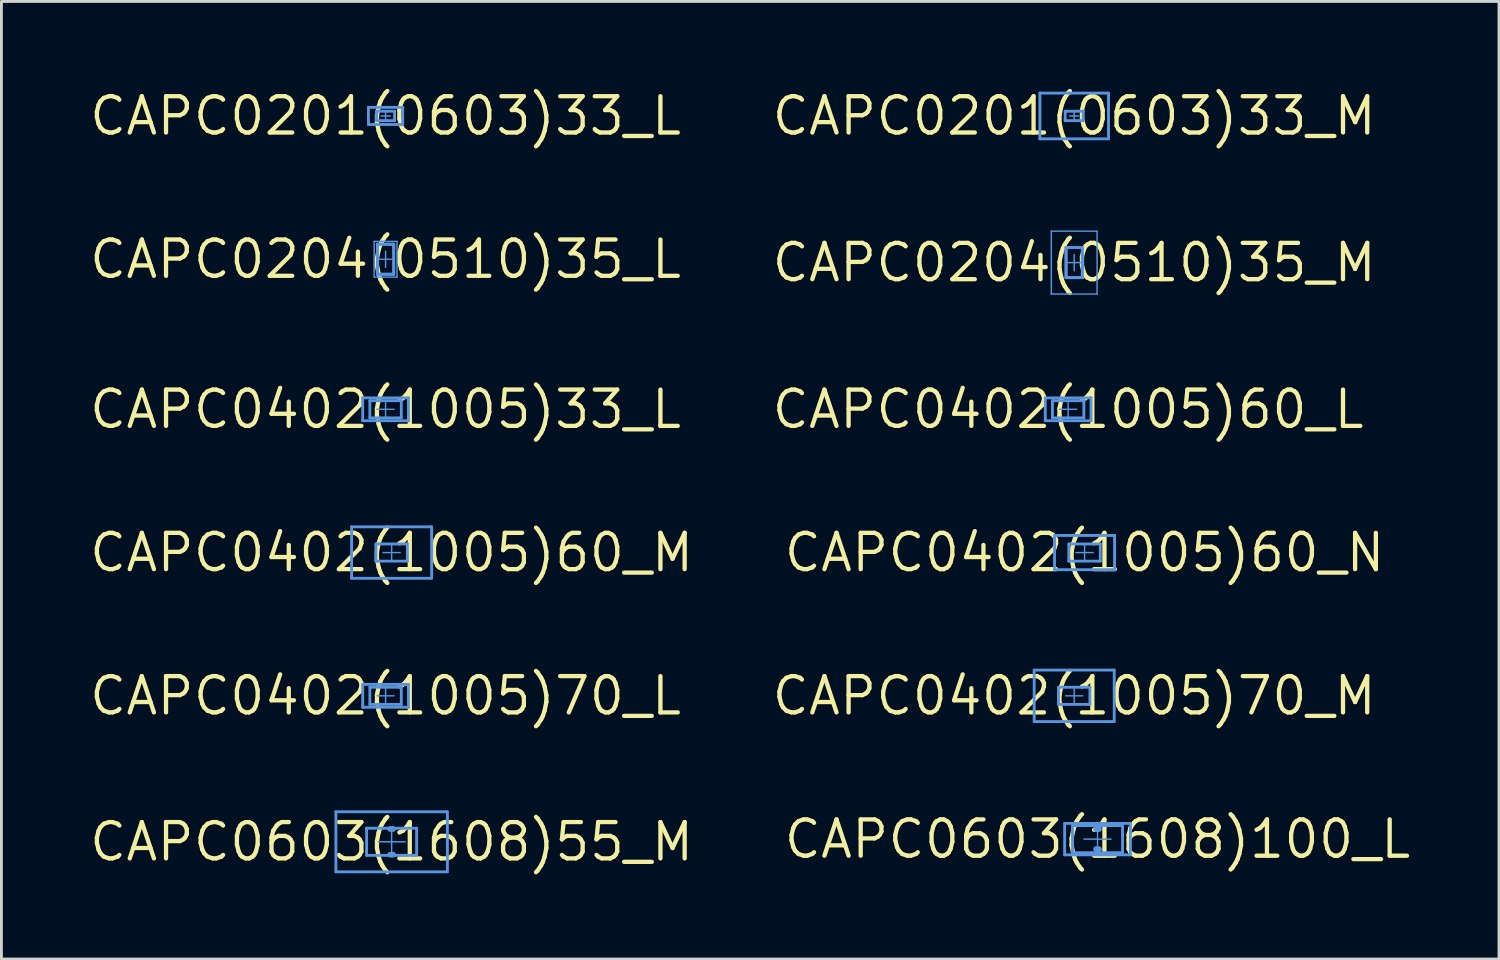
<source format=kicad_pcb>
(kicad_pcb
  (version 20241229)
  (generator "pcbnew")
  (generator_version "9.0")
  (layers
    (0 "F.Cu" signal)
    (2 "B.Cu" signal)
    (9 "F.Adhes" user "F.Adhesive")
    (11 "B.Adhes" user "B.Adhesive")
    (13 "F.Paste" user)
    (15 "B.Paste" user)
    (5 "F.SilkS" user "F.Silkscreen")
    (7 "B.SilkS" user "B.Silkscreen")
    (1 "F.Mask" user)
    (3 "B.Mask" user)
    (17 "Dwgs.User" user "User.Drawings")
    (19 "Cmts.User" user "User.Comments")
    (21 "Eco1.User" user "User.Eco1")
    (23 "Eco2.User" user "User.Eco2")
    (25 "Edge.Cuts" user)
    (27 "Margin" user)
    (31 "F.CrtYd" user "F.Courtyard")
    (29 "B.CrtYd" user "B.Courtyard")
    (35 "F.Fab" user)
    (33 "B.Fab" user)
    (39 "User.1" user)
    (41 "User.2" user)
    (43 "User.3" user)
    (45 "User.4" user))
  (footprint "CAPC0402(1005)60_M"
    (layer "F.Cu")
    (at 10.651 16.281)
    (property "Reference" "CAPC0402(1005)60_M" (at 0 0 0) (layer "F.SilkS") (effects (font (size 1.27 1.27) (thickness 0.15))))
    (attr through_hole)
    (fp_line (start -1.4 -0.9) (end 1.4 -0.9) (stroke (width 0.05) (type solid)) (layer "Cmts.User"))
    (fp_line (start -1.4 -0.9) (end 1.4 -0.9) (stroke (width 0.1) (type solid)) (layer "Cmts.User"))
    (fp_line (start -1.4 0.9) (end -1.4 -0.9) (stroke (width 0.05) (type solid)) (layer "Cmts.User"))
    (fp_line (start -1.4 0.9) (end -1.4 -0.9) (stroke (width 0.1) (type solid)) (layer "Cmts.User"))
    (fp_line (start -1.4 0.9) (end 1.4 0.9) (stroke (width 0.05) (type solid)) (layer "Cmts.User"))
    (fp_line (start -1.4 0.9) (end 1.4 0.9) (stroke (width 0.1) (type solid)) (layer "Cmts.User"))
    (fp_line (start -0.55 -0.3) (end 0.55 -0.3) (stroke (width 0.1) (type solid)) (layer "Cmts.User"))
    (fp_line (start -0.55 0.3) (end -0.55 -0.3) (stroke (width 0.1) (type solid)) (layer "Cmts.User"))
    (fp_line (start -0.55 0.3) (end 0.55 0.3) (stroke (width 0.1) (type solid)) (layer "Cmts.User"))
    (fp_line (start -0.3 0) (end 0.3 0) (stroke (width 0.05) (type solid)) (layer "Cmts.User"))
    (fp_line (start 0 0.3) (end 0 -0.3) (stroke (width 0.05) (type solid)) (layer "Cmts.User"))
    (fp_line (start 0.55 0.3) (end 0.55 -0.3) (stroke (width 0.1) (type solid)) (layer "Cmts.User"))
    (fp_line (start 1.4 0.9) (end 1.4 -0.9) (stroke (width 0.05) (type solid)) (layer "Cmts.User"))
    (fp_line (start 1.4 0.9) (end 1.4 -0.9) (stroke (width 0.1) (type solid)) (layer "Cmts.User")))
  (footprint "CAPC0402(1005)70_M"
    (layer "F.Cu")
    (at 34.53 21.293)
    (property "Reference" "CAPC0402(1005)70_M" (at 0 0 0) (layer "F.SilkS") (effects (font (size 1.27 1.27) (thickness 0.15))))
    (attr through_hole)
    (fp_line (start -1.4 -0.9) (end 1.4 -0.9) (stroke (width 0.05) (type solid)) (layer "Cmts.User"))
    (fp_line (start -1.4 -0.9) (end 1.4 -0.9) (stroke (width 0.1) (type solid)) (layer "Cmts.User"))
    (fp_line (start -1.4 0.9) (end -1.4 -0.9) (stroke (width 0.05) (type solid)) (layer "Cmts.User"))
    (fp_line (start -1.4 0.9) (end -1.4 -0.9) (stroke (width 0.1) (type solid)) (layer "Cmts.User"))
    (fp_line (start -1.4 0.9) (end 1.4 0.9) (stroke (width 0.05) (type solid)) (layer "Cmts.User"))
    (fp_line (start -1.4 0.9) (end 1.4 0.9) (stroke (width 0.1) (type solid)) (layer "Cmts.User"))
    (fp_line (start -0.55 -0.3) (end 0.55 -0.3) (stroke (width 0.1) (type solid)) (layer "Cmts.User"))
    (fp_line (start -0.55 0.3) (end -0.55 -0.3) (stroke (width 0.1) (type solid)) (layer "Cmts.User"))
    (fp_line (start -0.55 0.3) (end 0.55 0.3) (stroke (width 0.1) (type solid)) (layer "Cmts.User"))
    (fp_line (start -0.3 0) (end 0.3 0) (stroke (width 0.05) (type solid)) (layer "Cmts.User"))
    (fp_line (start 0 0.3) (end 0 -0.3) (stroke (width 0.05) (type solid)) (layer "Cmts.User"))
    (fp_line (start 0.55 0.3) (end 0.55 -0.3) (stroke (width 0.1) (type solid)) (layer "Cmts.User"))
    (fp_line (start 1.4 0.9) (end 1.4 -0.9) (stroke (width 0.05) (type solid)) (layer "Cmts.User"))
    (fp_line (start 1.4 0.9) (end 1.4 -0.9) (stroke (width 0.1) (type solid)) (layer "Cmts.User")))
  (footprint "CAPC0402(1005)70_L"
    (layer "F.Cu")
    (at 10.439 21.293)
    (property "Reference" "CAPC0402(1005)70_L" (at 0 0 0) (layer "F.SilkS") (effects (font (size 1.27 1.27) (thickness 0.15))))
    (attr through_hole)
    (fp_line (start -0.8 -0.4) (end 0.8 -0.4) (stroke (width 0.05) (type solid)) (layer "Cmts.User"))
    (fp_line (start -0.8 -0.4) (end 0.8 -0.4) (stroke (width 0.1) (type solid)) (layer "Cmts.User"))
    (fp_line (start -0.8 0.4) (end -0.8 -0.4) (stroke (width 0.05) (type solid)) (layer "Cmts.User"))
    (fp_line (start -0.8 0.4) (end -0.8 -0.4) (stroke (width 0.1) (type solid)) (layer "Cmts.User"))
    (fp_line (start -0.8 0.4) (end 0.8 0.4) (stroke (width 0.05) (type solid)) (layer "Cmts.User"))
    (fp_line (start -0.8 0.4) (end 0.8 0.4) (stroke (width 0.1) (type solid)) (layer "Cmts.User"))
    (fp_line (start -0.55 -0.3) (end 0.55 -0.3) (stroke (width 0.1) (type solid)) (layer "Cmts.User"))
    (fp_line (start -0.55 0.3) (end -0.55 -0.3) (stroke (width 0.1) (type solid)) (layer "Cmts.User"))
    (fp_line (start -0.55 0.3) (end 0.55 0.3) (stroke (width 0.1) (type solid)) (layer "Cmts.User"))
    (fp_line (start -0.3 0) (end 0.3 0) (stroke (width 0.05) (type solid)) (layer "Cmts.User"))
    (fp_line (start 0 0.3) (end 0 -0.3) (stroke (width 0.05) (type solid)) (layer "Cmts.User"))
    (fp_line (start 0.55 0.3) (end 0.55 -0.3) (stroke (width 0.1) (type solid)) (layer "Cmts.User"))
    (fp_line (start 0.8 0.4) (end 0.8 -0.4) (stroke (width 0.05) (type solid)) (layer "Cmts.User"))
    (fp_line (start 0.8 0.4) (end 0.8 -0.4) (stroke (width 0.1) (type solid)) (layer "Cmts.User")))
  (footprint "CAPC0603(1608)100_L"
    (layer "F.Cu")
    (at 35.346 26.306)
    (property "Reference" "CAPC0603(1608)100_L" (at 0 0 0) (layer "F.SilkS") (effects (font (size 1.27 1.27) (thickness 0.15))))
    (attr through_hole)
    (fp_line (start -1.15 -0.55) (end 1.15 -0.55) (stroke (width 0.05) (type solid)) (layer "Cmts.User"))
    (fp_line (start -1.15 -0.55) (end 1.15 -0.55) (stroke (width 0.1) (type solid)) (layer "Cmts.User"))
    (fp_line (start -1.15 0.55) (end -1.15 -0.55) (stroke (width 0.05) (type solid)) (layer "Cmts.User"))
    (fp_line (start -1.15 0.55) (end -1.15 -0.55) (stroke (width 0.1) (type solid)) (layer "Cmts.User"))
    (fp_line (start -1.15 0.55) (end 1.15 0.55) (stroke (width 0.05) (type solid)) (layer "Cmts.User"))
    (fp_line (start -1.15 0.55) (end 1.15 0.55) (stroke (width 0.1) (type solid)) (layer "Cmts.User"))
    (fp_line (start -0.875 -0.475) (end 0.875 -0.475) (stroke (width 0.1) (type solid)) (layer "Cmts.User"))
    (fp_line (start -0.875 0.475) (end -0.875 -0.475) (stroke (width 0.1) (type solid)) (layer "Cmts.User"))
    (fp_line (start -0.875 0.475) (end 0.875 0.475) (stroke (width 0.1) (type solid)) (layer "Cmts.User"))
    (fp_line (start -0.475 0) (end 0.475 0) (stroke (width 0.05) (type solid)) (layer "Cmts.User"))
    (fp_line (start -0.05 -0.35) (end 0.05 -0.35) (stroke (width 0.2) (type solid)) (layer "Cmts.User"))
    (fp_line (start -0.05 0.35) (end 0.05 0.35) (stroke (width 0.2) (type solid)) (layer "Cmts.User"))
    (fp_line (start 0 0.475) (end 0 -0.475) (stroke (width 0.05) (type solid)) (layer "Cmts.User"))
    (fp_line (start 0.875 0.475) (end 0.875 -0.475) (stroke (width 0.1) (type solid)) (layer "Cmts.User"))
    (fp_line (start 1.15 0.55) (end 1.15 -0.55) (stroke (width 0.05) (type solid)) (layer "Cmts.User"))
    (fp_line (start 1.15 0.55) (end 1.15 -0.55) (stroke (width 0.1) (type solid)) (layer "Cmts.User")))
  (footprint "CAPC0201(0603)33_M"
    (layer "F.Cu")
    (at 34.53 1.006)
    (property "Reference" "CAPC0201(0603)33_M" (at 0 0 0) (layer "F.SilkS") (effects (font (size 1.27 1.27) (thickness 0.15))))
    (attr through_hole)
    (fp_line (start -1.2 -0.8) (end 1.2 -0.8) (stroke (width 0.05) (type solid)) (layer "Cmts.User"))
    (fp_line (start -1.2 -0.8) (end 1.2 -0.8) (stroke (width 0.1) (type solid)) (layer "Cmts.User"))
    (fp_line (start -1.2 0.8) (end -1.2 -0.8) (stroke (width 0.05) (type solid)) (layer "Cmts.User"))
    (fp_line (start -1.2 0.8) (end -1.2 -0.8) (stroke (width 0.1) (type solid)) (layer "Cmts.User"))
    (fp_line (start -1.2 0.8) (end 1.2 0.8) (stroke (width 0.05) (type solid)) (layer "Cmts.User"))
    (fp_line (start -1.2 0.8) (end 1.2 0.8) (stroke (width 0.1) (type solid)) (layer "Cmts.User"))
    (fp_line (start -0.315 -0.165) (end 0.315 -0.165) (stroke (width 0.1) (type solid)) (layer "Cmts.User"))
    (fp_line (start -0.315 0.165) (end -0.315 -0.165) (stroke (width 0.1) (type solid)) (layer "Cmts.User"))
    (fp_line (start -0.315 0.165) (end 0.315 0.165) (stroke (width 0.1) (type solid)) (layer "Cmts.User"))
    (fp_line (start -0.165 0) (end 0.165 0) (stroke (width 0.05) (type solid)) (layer "Cmts.User"))
    (fp_line (start 0 0.165) (end 0 -0.165) (stroke (width 0.05) (type solid)) (layer "Cmts.User"))
    (fp_line (start 0.315 0.165) (end 0.315 -0.165) (stroke (width 0.1) (type solid)) (layer "Cmts.User"))
    (fp_line (start 1.2 0.8) (end 1.2 -0.8) (stroke (width 0.05) (type solid)) (layer "Cmts.User"))
    (fp_line (start 1.2 0.8) (end 1.2 -0.8) (stroke (width 0.1) (type solid)) (layer "Cmts.User")))
  (footprint "CAPC0402(1005)60_N"
    (layer "F.Cu")
    (at 34.893 16.281)
    (property "Reference" "CAPC0402(1005)60_N" (at 0 0 0) (layer "F.SilkS") (effects (font (size 1.27 1.27) (thickness 0.15))))
    (attr through_hole)
    (fp_line (start -1.05 -0.6) (end 1.05 -0.6) (stroke (width 0.1) (type solid)) (layer "Cmts.User"))
    (fp_line (start -1.05 0.6) (end -1.05 -0.6) (stroke (width 0.1) (type solid)) (layer "Cmts.User"))
    (fp_line (start -1.05 0.6) (end 1.05 0.6) (stroke (width 0.1) (type solid)) (layer "Cmts.User"))
    (fp_line (start -1.049 -0.6) (end 1.051 -0.6) (stroke (width 0.05) (type solid)) (layer "Cmts.User"))
    (fp_line (start -1.049 0.6) (end -1.049 -0.6) (stroke (width 0.05) (type solid)) (layer "Cmts.User"))
    (fp_line (start -1.049 0.6) (end 1.051 0.6) (stroke (width 0.05) (type solid)) (layer "Cmts.User"))
    (fp_line (start -0.55 -0.3) (end 0.55 -0.3) (stroke (width 0.1) (type solid)) (layer "Cmts.User"))
    (fp_line (start -0.55 0.3) (end -0.55 -0.3) (stroke (width 0.1) (type solid)) (layer "Cmts.User"))
    (fp_line (start -0.55 0.3) (end 0.55 0.3) (stroke (width 0.1) (type solid)) (layer "Cmts.User"))
    (fp_line (start -0.3 0) (end 0.3 0) (stroke (width 0.05) (type solid)) (layer "Cmts.User"))
    (fp_line (start 0 0.3) (end 0 -0.3) (stroke (width 0.05) (type solid)) (layer "Cmts.User"))
    (fp_line (start 0.55 0.3) (end 0.55 -0.3) (stroke (width 0.1) (type solid)) (layer "Cmts.User"))
    (fp_line (start 1.05 0.6) (end 1.05 -0.6) (stroke (width 0.1) (type solid)) (layer "Cmts.User"))
    (fp_line (start 1.051 0.6) (end 1.051 -0.6) (stroke (width 0.05) (type solid)) (layer "Cmts.User")))
  (footprint "CAPC0201(0603)33_L"
    (layer "F.Cu")
    (at 10.439 1.006)
    (property "Reference" "CAPC0201(0603)33_L" (at 0 0 0) (layer "F.SilkS") (effects (font (size 1.27 1.27) (thickness 0.15))))
    (attr through_hole)
    (fp_line (start -0.6 -0.3) (end 0.6 -0.3) (stroke (width 0.05) (type solid)) (layer "Cmts.User"))
    (fp_line (start -0.6 -0.3) (end 0.6 -0.3) (stroke (width 0.1) (type solid)) (layer "Cmts.User"))
    (fp_line (start -0.6 0.3) (end -0.6 -0.3) (stroke (width 0.05) (type solid)) (layer "Cmts.User"))
    (fp_line (start -0.6 0.3) (end -0.6 -0.3) (stroke (width 0.1) (type solid)) (layer "Cmts.User"))
    (fp_line (start -0.6 0.3) (end 0.6 0.3) (stroke (width 0.05) (type solid)) (layer "Cmts.User"))
    (fp_line (start -0.6 0.3) (end 0.6 0.3) (stroke (width 0.1) (type solid)) (layer "Cmts.User"))
    (fp_line (start -0.315 -0.165) (end 0.315 -0.165) (stroke (width 0.1) (type solid)) (layer "Cmts.User"))
    (fp_line (start -0.315 0.165) (end -0.315 -0.165) (stroke (width 0.1) (type solid)) (layer "Cmts.User"))
    (fp_line (start -0.315 0.165) (end 0.315 0.165) (stroke (width 0.1) (type solid)) (layer "Cmts.User"))
    (fp_line (start -0.165 0) (end 0.165 0) (stroke (width 0.05) (type solid)) (layer "Cmts.User"))
    (fp_line (start 0 0.165) (end 0 -0.165) (stroke (width 0.05) (type solid)) (layer "Cmts.User"))
    (fp_line (start 0.315 0.165) (end 0.315 -0.165) (stroke (width 0.1) (type solid)) (layer "Cmts.User"))
    (fp_line (start 0.6 0.3) (end 0.6 -0.3) (stroke (width 0.05) (type solid)) (layer "Cmts.User"))
    (fp_line (start 0.6 0.3) (end 0.6 -0.3) (stroke (width 0.1) (type solid)) (layer "Cmts.User")))
  (footprint "CAPC0402(1005)33_L"
    (layer "F.Cu")
    (at 10.439 11.269)
    (property "Reference" "CAPC0402(1005)33_L" (at 0 0 0) (layer "F.SilkS") (effects (font (size 1.27 1.27) (thickness 0.15))))
    (attr through_hole)
    (fp_line (start -0.8 -0.4) (end 0.8 -0.4) (stroke (width 0.05) (type solid)) (layer "Cmts.User"))
    (fp_line (start -0.8 -0.4) (end 0.8 -0.4) (stroke (width 0.1) (type solid)) (layer "Cmts.User"))
    (fp_line (start -0.8 0.4) (end -0.8 -0.4) (stroke (width 0.05) (type solid)) (layer "Cmts.User"))
    (fp_line (start -0.8 0.4) (end -0.8 -0.4) (stroke (width 0.1) (type solid)) (layer "Cmts.User"))
    (fp_line (start -0.8 0.4) (end 0.8 0.4) (stroke (width 0.05) (type solid)) (layer "Cmts.User"))
    (fp_line (start -0.8 0.4) (end 0.8 0.4) (stroke (width 0.1) (type solid)) (layer "Cmts.User"))
    (fp_line (start -0.55 -0.3) (end 0.55 -0.3) (stroke (width 0.1) (type solid)) (layer "Cmts.User"))
    (fp_line (start -0.55 0.3) (end -0.55 -0.3) (stroke (width 0.1) (type solid)) (layer "Cmts.User"))
    (fp_line (start -0.55 0.3) (end 0.55 0.3) (stroke (width 0.1) (type solid)) (layer "Cmts.User"))
    (fp_line (start -0.3 0) (end 0.3 0) (stroke (width 0.05) (type solid)) (layer "Cmts.User"))
    (fp_line (start 0 0.3) (end 0 -0.3) (stroke (width 0.05) (type solid)) (layer "Cmts.User"))
    (fp_line (start 0.55 0.3) (end 0.55 -0.3) (stroke (width 0.1) (type solid)) (layer "Cmts.User"))
    (fp_line (start 0.8 0.4) (end 0.8 -0.4) (stroke (width 0.05) (type solid)) (layer "Cmts.User"))
    (fp_line (start 0.8 0.4) (end 0.8 -0.4) (stroke (width 0.1) (type solid)) (layer "Cmts.User")))
  (footprint "CAPC0603(1608)55_M"
    (layer "F.Cu")
    (at 10.651 26.4)
    (property "Reference" "CAPC0603(1608)55_M" (at 0 0 0) (layer "F.SilkS") (effects (font (size 1.27 1.27) (thickness 0.15))))
    (attr through_hole)
    (fp_line (start -1.95 -1.05) (end 1.95 -1.05) (stroke (width 0.05) (type solid)) (layer "Cmts.User"))
    (fp_line (start -1.95 -1.05) (end 1.95 -1.05) (stroke (width 0.1) (type solid)) (layer "Cmts.User"))
    (fp_line (start -1.95 1.05) (end -1.95 -1.05) (stroke (width 0.05) (type solid)) (layer "Cmts.User"))
    (fp_line (start -1.95 1.05) (end -1.95 -1.05) (stroke (width 0.1) (type solid)) (layer "Cmts.User"))
    (fp_line (start -1.95 1.05) (end 1.95 1.05) (stroke (width 0.05) (type solid)) (layer "Cmts.User"))
    (fp_line (start -1.95 1.05) (end 1.95 1.05) (stroke (width 0.1) (type solid)) (layer "Cmts.User"))
    (fp_line (start -0.875 -0.475) (end 0.875 -0.475) (stroke (width 0.1) (type solid)) (layer "Cmts.User"))
    (fp_line (start -0.875 0.475) (end -0.875 -0.475) (stroke (width 0.1) (type solid)) (layer "Cmts.User"))
    (fp_line (start -0.875 0.475) (end 0.875 0.475) (stroke (width 0.1) (type solid)) (layer "Cmts.User"))
    (fp_line (start -0.475 0) (end 0.475 0) (stroke (width 0.05) (type solid)) (layer "Cmts.User"))
    (fp_line (start -0.05 -0.45) (end 0.05 -0.45) (stroke (width 0.2) (type solid)) (layer "Cmts.User"))
    (fp_line (start -0.05 0.45) (end 0.05 0.45) (stroke (width 0.2) (type solid)) (layer "Cmts.User"))
    (fp_line (start 0 0.475) (end 0 -0.475) (stroke (width 0.05) (type solid)) (layer "Cmts.User"))
    (fp_line (start 0.875 0.475) (end 0.875 -0.475) (stroke (width 0.1) (type solid)) (layer "Cmts.User"))
    (fp_line (start 1.95 1.05) (end 1.95 -1.05) (stroke (width 0.05) (type solid)) (layer "Cmts.User"))
    (fp_line (start 1.95 1.05) (end 1.95 -1.05) (stroke (width 0.1) (type solid)) (layer "Cmts.User")))
  (footprint "CAPC0204(0510)35_L"
    (layer "F.Cu")
    (at 10.439 6.019)
    (property "Reference" "CAPC0204(0510)35_L" (at 0 0 0) (layer "F.SilkS") (effects (font (size 1.27 1.27) (thickness 0.15))))
    (attr through_hole)
    (fp_line (start -0.4 -0.625) (end 0.4 -0.625) (stroke (width 0.05) (type solid)) (layer "Cmts.User"))
    (fp_line (start -0.4 0.625) (end -0.4 -0.625) (stroke (width 0.05) (type solid)) (layer "Cmts.User"))
    (fp_line (start -0.4 0.625) (end 0.4 0.625) (stroke (width 0.05) (type solid)) (layer "Cmts.User"))
    (fp_line (start -0.285 -0.525) (end 0.285 -0.525) (stroke (width 0.1) (type solid)) (layer "Cmts.User"))
    (fp_line (start -0.285 -0.525) (end 0.285 -0.525) (stroke (width 0.1) (type solid)) (layer "Cmts.User"))
    (fp_line (start -0.285 0) (end 0.285 0) (stroke (width 0.05) (type solid)) (layer "Cmts.User"))
    (fp_line (start -0.285 0.525) (end -0.285 -0.525) (stroke (width 0.1) (type solid)) (layer "Cmts.User"))
    (fp_line (start -0.285 0.525) (end -0.285 -0.525) (stroke (width 0.1) (type solid)) (layer "Cmts.User"))
    (fp_line (start -0.285 0.525) (end 0.285 0.525) (stroke (width 0.1) (type solid)) (layer "Cmts.User"))
    (fp_line (start -0.285 0.525) (end 0.285 0.525) (stroke (width 0.1) (type solid)) (layer "Cmts.User"))
    (fp_line (start 0 0.285) (end 0 -0.285) (stroke (width 0.05) (type solid)) (layer "Cmts.User"))
    (fp_line (start 0.285 0.525) (end 0.285 -0.525) (stroke (width 0.1) (type solid)) (layer "Cmts.User"))
    (fp_line (start 0.285 0.525) (end 0.285 -0.525) (stroke (width 0.1) (type solid)) (layer "Cmts.User"))
    (fp_line (start 0.4 0.625) (end 0.4 -0.625) (stroke (width 0.05) (type solid)) (layer "Cmts.User")))
  (footprint "CAPC0204(0510)35_M"
    (layer "F.Cu")
    (at 34.53 6.137)
    (property "Reference" "CAPC0204(0510)35_M" (at 0 0 0) (layer "F.SilkS") (effects (font (size 1.27 1.27) (thickness 0.15))))
    (attr through_hole)
    (fp_line (start -0.8 -1.1) (end 0.8 -1.1) (stroke (width 0.05) (type solid)) (layer "Cmts.User"))
    (fp_line (start -0.8 1.1) (end -0.8 -1.1) (stroke (width 0.05) (type solid)) (layer "Cmts.User"))
    (fp_line (start -0.8 1.1) (end 0.8 1.1) (stroke (width 0.05) (type solid)) (layer "Cmts.User"))
    (fp_line (start -0.285 -0.525) (end 0.285 -0.525) (stroke (width 0.1) (type solid)) (layer "Cmts.User"))
    (fp_line (start -0.285 -0.525) (end 0.285 -0.525) (stroke (width 0.1) (type solid)) (layer "Cmts.User"))
    (fp_line (start -0.285 0) (end 0.285 0) (stroke (width 0.05) (type solid)) (layer "Cmts.User"))
    (fp_line (start -0.285 0.525) (end -0.285 -0.525) (stroke (width 0.1) (type solid)) (layer "Cmts.User"))
    (fp_line (start -0.285 0.525) (end -0.285 -0.525) (stroke (width 0.1) (type solid)) (layer "Cmts.User"))
    (fp_line (start -0.285 0.525) (end 0.285 0.525) (stroke (width 0.1) (type solid)) (layer "Cmts.User"))
    (fp_line (start -0.285 0.525) (end 0.285 0.525) (stroke (width 0.1) (type solid)) (layer "Cmts.User"))
    (fp_line (start 0 0.285) (end 0 -0.285) (stroke (width 0.05) (type solid)) (layer "Cmts.User"))
    (fp_line (start 0.285 0.525) (end 0.285 -0.525) (stroke (width 0.1) (type solid)) (layer "Cmts.User"))
    (fp_line (start 0.285 0.525) (end 0.285 -0.525) (stroke (width 0.1) (type solid)) (layer "Cmts.User"))
    (fp_line (start 0.8 1.1) (end 0.8 -1.1) (stroke (width 0.05) (type solid)) (layer "Cmts.User")))
  (footprint "CAPC0402(1005)60_L"
    (layer "F.Cu")
    (at 34.318 11.269)
    (property "Reference" "CAPC0402(1005)60_L" (at 0 0 0) (layer "F.SilkS") (effects (font (size 1.27 1.27) (thickness 0.15))))
    (attr through_hole)
    (fp_line (start -0.8 -0.4) (end 0.8 -0.4) (stroke (width 0.05) (type solid)) (layer "Cmts.User"))
    (fp_line (start -0.8 -0.4) (end 0.8 -0.4) (stroke (width 0.1) (type solid)) (layer "Cmts.User"))
    (fp_line (start -0.8 0.4) (end -0.8 -0.4) (stroke (width 0.05) (type solid)) (layer "Cmts.User"))
    (fp_line (start -0.8 0.4) (end -0.8 -0.4) (stroke (width 0.1) (type solid)) (layer "Cmts.User"))
    (fp_line (start -0.8 0.4) (end 0.8 0.4) (stroke (width 0.05) (type solid)) (layer "Cmts.User"))
    (fp_line (start -0.8 0.4) (end 0.8 0.4) (stroke (width 0.1) (type solid)) (layer "Cmts.User"))
    (fp_line (start -0.55 -0.3) (end 0.55 -0.3) (stroke (width 0.1) (type solid)) (layer "Cmts.User"))
    (fp_line (start -0.55 0.3) (end -0.55 -0.3) (stroke (width 0.1) (type solid)) (layer "Cmts.User"))
    (fp_line (start -0.55 0.3) (end 0.55 0.3) (stroke (width 0.1) (type solid)) (layer "Cmts.User"))
    (fp_line (start -0.3 0) (end 0.3 0) (stroke (width 0.05) (type solid)) (layer "Cmts.User"))
    (fp_line (start 0 0.3) (end 0 -0.3) (stroke (width 0.05) (type solid)) (layer "Cmts.User"))
    (fp_line (start 0.55 0.3) (end 0.55 -0.3) (stroke (width 0.1) (type solid)) (layer "Cmts.User"))
    (fp_line (start 0.8 0.4) (end 0.8 -0.4) (stroke (width 0.05) (type solid)) (layer "Cmts.User"))
    (fp_line (start 0.8 0.4) (end 0.8 -0.4) (stroke (width 0.1) (type solid)) (layer "Cmts.User")))
  (gr_rect
    (start -3 -3)
    (end 49.391 30.5)
    (stroke (width 0.1) (type default))
    (fill no)
    (layer "Edge.Cuts")))
</source>
